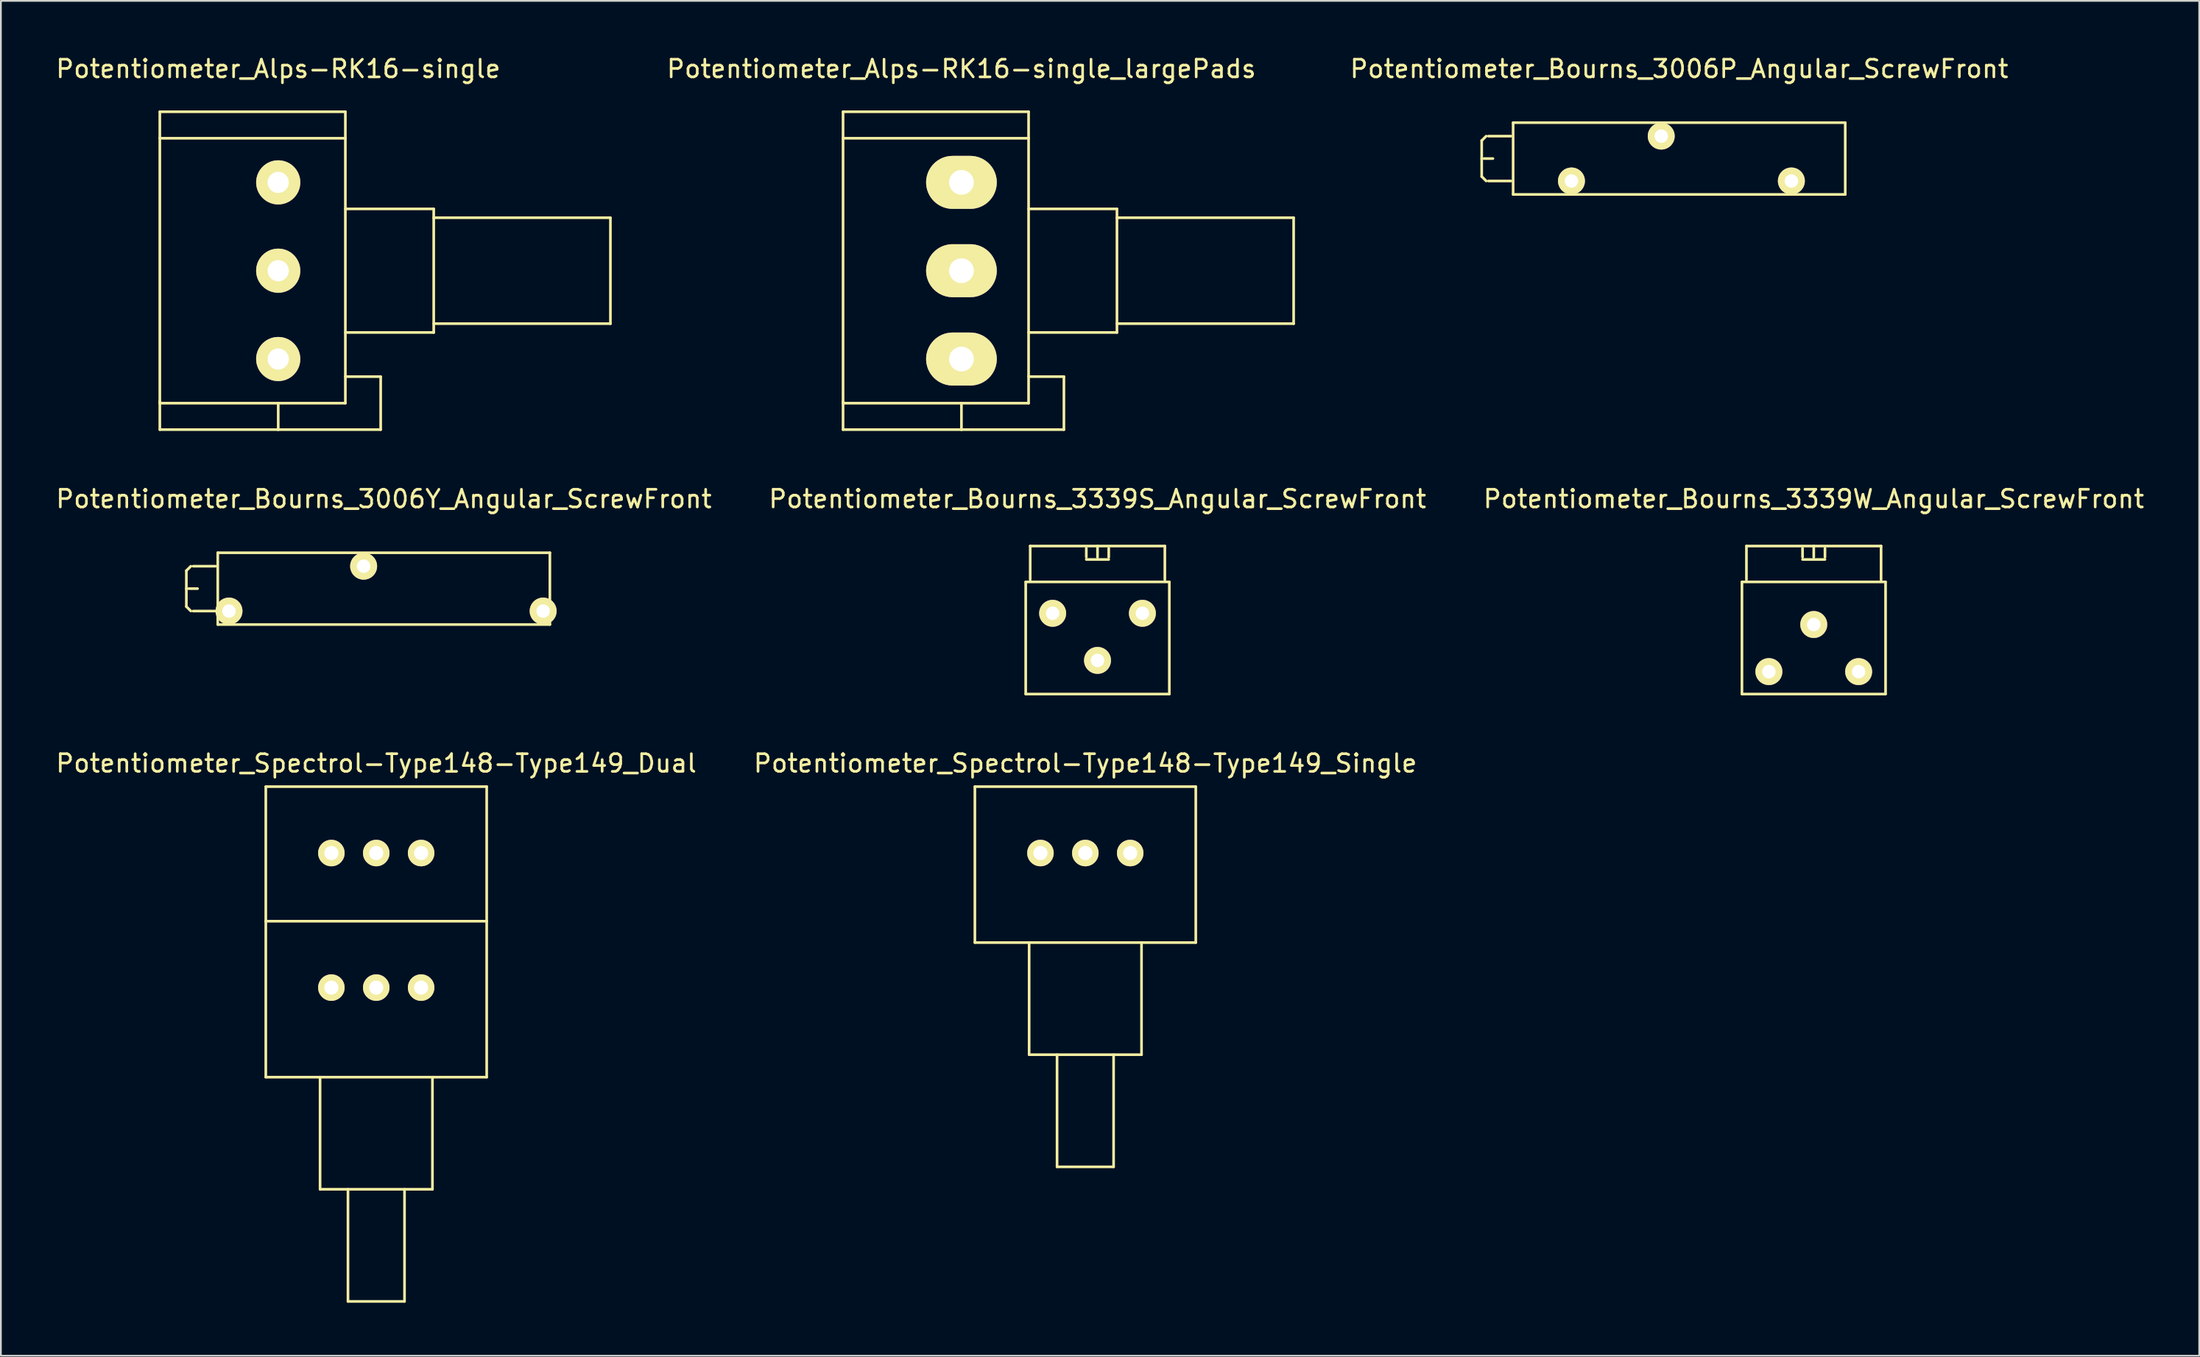
<source format=kicad_pcb>
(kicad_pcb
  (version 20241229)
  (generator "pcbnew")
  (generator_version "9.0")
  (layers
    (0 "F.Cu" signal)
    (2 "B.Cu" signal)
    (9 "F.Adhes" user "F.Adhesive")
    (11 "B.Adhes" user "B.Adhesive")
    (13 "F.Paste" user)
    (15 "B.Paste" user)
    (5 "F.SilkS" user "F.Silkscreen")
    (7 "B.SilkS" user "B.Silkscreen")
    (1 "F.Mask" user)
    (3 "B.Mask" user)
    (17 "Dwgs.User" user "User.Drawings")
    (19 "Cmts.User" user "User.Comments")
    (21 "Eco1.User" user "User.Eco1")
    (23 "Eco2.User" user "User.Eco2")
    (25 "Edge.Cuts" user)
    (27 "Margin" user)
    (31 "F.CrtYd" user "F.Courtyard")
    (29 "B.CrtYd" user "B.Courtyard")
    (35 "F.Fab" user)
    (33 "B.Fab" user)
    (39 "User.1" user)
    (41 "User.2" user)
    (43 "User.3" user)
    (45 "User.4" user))
  (footprint "Potentiometer_Alps-RK16-single"
    (layer "F.Cu")
    (at 12.696 7.277)
    (property "Reference" "Potentiometer_Alps-RK16-single" (at 0 -6.429 0) (layer "F.SilkS") (effects (font (size 1 1) (thickness 0.15))))
    (attr through_hole)
    (fp_line (start -6.701 -3.998) (end -6.701 -2.499) (stroke (width 0.15) (type solid)) (layer "F.SilkS"))
    (fp_line (start -6.701 -2.499) (end -6.701 12.502) (stroke (width 0.15) (type solid)) (layer "F.SilkS"))
    (fp_line (start -6.701 12.502) (end 3.8 12.502) (stroke (width 0.15) (type solid)) (layer "F.SilkS"))
    (fp_line (start -6.701 14) (end -6.701 12.4) (stroke (width 0.15) (type solid)) (layer "F.SilkS"))
    (fp_line (start 0 14) (end -6.701 14) (stroke (width 0.15) (type solid)) (layer "F.SilkS"))
    (fp_line (start 0 14) (end 0 12.502) (stroke (width 0.15) (type solid)) (layer "F.SilkS"))
    (fp_line (start 3.8 -3.998) (end -6.701 -3.998) (stroke (width 0.15) (type solid)) (layer "F.SilkS"))
    (fp_line (start 3.8 -2.499) (end -6.701 -2.499) (stroke (width 0.15) (type solid)) (layer "F.SilkS"))
    (fp_line (start 3.8 -2.499) (end 3.8 -3.998) (stroke (width 0.15) (type solid)) (layer "F.SilkS"))
    (fp_line (start 3.8 1.501) (end 8.801 1.501) (stroke (width 0.15) (type solid)) (layer "F.SilkS"))
    (fp_line (start 3.8 11.001) (end 5.799 11.001) (stroke (width 0.15) (type solid)) (layer "F.SilkS"))
    (fp_line (start 3.8 12.502) (end 3.8 -2.499) (stroke (width 0.15) (type solid)) (layer "F.SilkS"))
    (fp_line (start 5.799 11.001) (end 5.799 14) (stroke (width 0.15) (type solid)) (layer "F.SilkS"))
    (fp_line (start 5.799 14) (end 0 14) (stroke (width 0.15) (type solid)) (layer "F.SilkS"))
    (fp_line (start 8.801 1.501) (end 8.801 8.501) (stroke (width 0.15) (type solid)) (layer "F.SilkS"))
    (fp_line (start 8.801 2.002) (end 18.801 2.002) (stroke (width 0.15) (type solid)) (layer "F.SilkS"))
    (fp_line (start 8.801 8.501) (end 3.8 8.501) (stroke (width 0.15) (type solid)) (layer "F.SilkS"))
    (fp_line (start 18.801 2.002) (end 18.801 8.001) (stroke (width 0.15) (type solid)) (layer "F.SilkS"))
    (fp_line (start 18.801 8.001) (end 8.801 8.001) (stroke (width 0.15) (type solid)) (layer "F.SilkS"))
    (pad "1" thru_hole circle (at 0 0) (size 2.499 2.499) (drill 1.199) (layers "*.Cu" "*.Mask" "F.SilkS"))
    (pad "2" thru_hole circle (at 0 5.001) (size 2.499 2.499) (drill 1.199) (layers "*.Cu" "*.Mask" "F.SilkS"))
    (pad "3" thru_hole circle (at 0 10.003) (size 2.499 2.499) (drill 1.199) (layers "*.Cu" "*.Mask" "F.SilkS")))
  (footprint "Potentiometer_Bourns_3006Y_Angular_ScrewFront"
    (layer "F.Cu")
    (at 27.69 31.551)
    (property "Reference" "Potentiometer_Bourns_3006Y_Angular_ScrewFront" (at -9.017 -6.35 0) (layer "F.SilkS") (effects (font (size 1 1) (thickness 0.15))))
    (attr through_hole)
    (fp_line (start -20.193 -2.286) (end -20.193 -1.27) (stroke (width 0.15) (type solid)) (layer "F.SilkS"))
    (fp_line (start -20.193 -1.27) (end -20.193 -0.254) (stroke (width 0.15) (type solid)) (layer "F.SilkS"))
    (fp_line (start -20.193 -0.254) (end -19.939 0) (stroke (width 0.15) (type solid)) (layer "F.SilkS"))
    (fp_line (start -20.066 -1.27) (end -19.558 -1.27) (stroke (width 0.15) (type solid)) (layer "F.SilkS"))
    (fp_line (start -19.939 -2.54) (end -20.193 -2.286) (stroke (width 0.15) (type solid)) (layer "F.SilkS"))
    (fp_line (start -18.542 -2.54) (end -19.812 -2.54) (stroke (width 0.15) (type solid)) (layer "F.SilkS"))
    (fp_line (start -18.542 0) (end -19.812 0) (stroke (width 0.15) (type solid)) (layer "F.SilkS"))
    (fp_line (start -18.415 0.762) (end -18.415 -3.302) (stroke (width 0.15) (type solid)) (layer "F.SilkS"))
    (fp_line (start -18.415 0.762) (end 0.381 0.762) (stroke (width 0.15) (type solid)) (layer "F.SilkS"))
    (fp_line (start 0.381 -3.302) (end -18.415 -3.302) (stroke (width 0.15) (type solid)) (layer "F.SilkS"))
    (fp_line (start 0.381 0.762) (end 0.381 -3.302) (stroke (width 0.15) (type solid)) (layer "F.SilkS"))
    (pad "1" thru_hole circle (at 0 0) (size 1.524 1.524) (drill 0.762) (layers "*.Cu" "*.Mask" "F.SilkS"))
    (pad "2" thru_hole circle (at -10.16 -2.54) (size 1.524 1.524) (drill 0.762) (layers "*.Cu" "*.Mask" "F.SilkS"))
    (pad "3" thru_hole circle (at -17.78 0) (size 1.524 1.524) (drill 0.762) (layers "*.Cu" "*.Mask" "F.SilkS")))
  (footprint "Potentiometer_Alps-RK16-single_largePads"
    (layer "F.Cu")
    (at 51.364 7.277)
    (property "Reference" "Potentiometer_Alps-RK16-single_largePads" (at 0 -6.429 0) (layer "F.SilkS") (effects (font (size 1 1) (thickness 0.15))))
    (attr through_hole)
    (fp_line (start -6.701 -3.998) (end -6.701 -2.499) (stroke (width 0.15) (type solid)) (layer "F.SilkS"))
    (fp_line (start -6.701 -2.499) (end -6.701 12.502) (stroke (width 0.15) (type solid)) (layer "F.SilkS"))
    (fp_line (start -6.701 12.502) (end 3.8 12.502) (stroke (width 0.15) (type solid)) (layer "F.SilkS"))
    (fp_line (start -6.701 14) (end -6.701 12.4) (stroke (width 0.15) (type solid)) (layer "F.SilkS"))
    (fp_line (start 0 14) (end -6.701 14) (stroke (width 0.15) (type solid)) (layer "F.SilkS"))
    (fp_line (start 0 14) (end 0 12.502) (stroke (width 0.15) (type solid)) (layer "F.SilkS"))
    (fp_line (start 3.8 -3.998) (end -6.701 -3.998) (stroke (width 0.15) (type solid)) (layer "F.SilkS"))
    (fp_line (start 3.8 -2.499) (end -6.701 -2.499) (stroke (width 0.15) (type solid)) (layer "F.SilkS"))
    (fp_line (start 3.8 -2.499) (end 3.8 -3.998) (stroke (width 0.15) (type solid)) (layer "F.SilkS"))
    (fp_line (start 3.8 1.501) (end 8.801 1.501) (stroke (width 0.15) (type solid)) (layer "F.SilkS"))
    (fp_line (start 3.8 11.001) (end 5.799 11.001) (stroke (width 0.15) (type solid)) (layer "F.SilkS"))
    (fp_line (start 3.8 12.502) (end 3.8 -2.499) (stroke (width 0.15) (type solid)) (layer "F.SilkS"))
    (fp_line (start 5.799 11.001) (end 5.799 14) (stroke (width 0.15) (type solid)) (layer "F.SilkS"))
    (fp_line (start 5.799 14) (end 0 14) (stroke (width 0.15) (type solid)) (layer "F.SilkS"))
    (fp_line (start 8.801 1.501) (end 8.801 8.501) (stroke (width 0.15) (type solid)) (layer "F.SilkS"))
    (fp_line (start 8.801 2.002) (end 18.801 2.002) (stroke (width 0.15) (type solid)) (layer "F.SilkS"))
    (fp_line (start 8.801 8.501) (end 3.8 8.501) (stroke (width 0.15) (type solid)) (layer "F.SilkS"))
    (fp_line (start 18.801 2.002) (end 18.801 8.001) (stroke (width 0.15) (type solid)) (layer "F.SilkS"))
    (fp_line (start 18.801 8.001) (end 8.801 8.001) (stroke (width 0.15) (type solid)) (layer "F.SilkS"))
    (pad "1" thru_hole oval (at 0 0) (size 4 3) (drill 1.4) (layers "*.Cu" "*.Mask" "F.SilkS"))
    (pad "2" thru_hole oval (at 0 5.001) (size 4 3) (drill 1.4) (layers "*.Cu" "*.Mask" "F.SilkS"))
    (pad "3" thru_hole oval (at 0 10.003) (size 4 3) (drill 1.4) (layers "*.Cu" "*.Mask" "F.SilkS")))
  (footprint "Potentiometer_Bourns_3339W_Angular_ScrewFront"
    (layer "F.Cu")
    (at 102.141 34.98)
    (property "Reference" "Potentiometer_Bourns_3339W_Angular_ScrewFront" (at -2.54 -9.779 0) (layer "F.SilkS") (effects (font (size 1 1) (thickness 0.15))))
    (attr through_hole)
    (fp_line (start -6.604 -5.08) (end -6.604 1.27) (stroke (width 0.15) (type solid)) (layer "F.SilkS"))
    (fp_line (start -6.604 -5.08) (end 1.524 -5.08) (stroke (width 0.15) (type solid)) (layer "F.SilkS"))
    (fp_line (start -6.604 1.27) (end 1.524 1.27) (stroke (width 0.15) (type solid)) (layer "F.SilkS"))
    (fp_line (start -6.35 -7.112) (end -6.35 -5.207) (stroke (width 0.15) (type solid)) (layer "F.SilkS"))
    (fp_line (start -6.35 -7.112) (end 1.27 -7.112) (stroke (width 0.15) (type solid)) (layer "F.SilkS"))
    (fp_line (start -3.175 -6.477) (end -3.175 -6.985) (stroke (width 0.15) (type solid)) (layer "F.SilkS"))
    (fp_line (start -2.54 -7.112) (end -2.54 -6.477) (stroke (width 0.15) (type solid)) (layer "F.SilkS"))
    (fp_line (start -2.54 -6.35) (end -3.175 -6.35) (stroke (width 0.15) (type solid)) (layer "F.SilkS"))
    (fp_line (start -2.54 -6.35) (end -1.905 -6.35) (stroke (width 0.15) (type solid)) (layer "F.SilkS"))
    (fp_line (start -1.905 -6.477) (end -1.905 -6.985) (stroke (width 0.15) (type solid)) (layer "F.SilkS"))
    (fp_line (start 1.27 -7.112) (end 1.27 -5.207) (stroke (width 0.15) (type solid)) (layer "F.SilkS"))
    (fp_line (start 1.524 -5.08) (end 1.524 1.27) (stroke (width 0.15) (type solid)) (layer "F.SilkS"))
    (pad "1" thru_hole circle (at 0 0) (size 1.524 1.524) (drill 0.762) (layers "*.Cu" "*.Mask" "F.SilkS"))
    (pad "2" thru_hole circle (at -2.54 -2.667) (size 1.524 1.524) (drill 0.762) (layers "*.Cu" "*.Mask" "F.SilkS"))
    (pad "3" thru_hole circle (at -5.08 0) (size 1.524 1.524) (drill 0.762) (layers "*.Cu" "*.Mask" "F.SilkS")))
  (footprint "Potentiometer_Spectrol-Type148-Type149_Dual"
    (layer "F.Cu")
    (at 15.704 52.873)
    (property "Reference" "Potentiometer_Spectrol-Type148-Type149_Dual" (at 2.54 -12.7 0) (layer "F.SilkS") (effects (font (size 1 1) (thickness 0.15))))
    (attr through_hole)
    (fp_line (start -3.711 -11.379) (end -3.711 -3.759) (stroke (width 0.15) (type solid)) (layer "F.SilkS"))
    (fp_line (start -3.711 -3.759) (end 8.791 -3.759) (stroke (width 0.15) (type solid)) (layer "F.SilkS"))
    (fp_line (start -3.711 5.07) (end -3.711 -3.759) (stroke (width 0.15) (type solid)) (layer "F.SilkS"))
    (fp_line (start -0.64 11.42) (end -0.64 5.07) (stroke (width 0.15) (type solid)) (layer "F.SilkS"))
    (fp_line (start -0.64 11.42) (end 5.72 11.42) (stroke (width 0.15) (type solid)) (layer "F.SilkS"))
    (fp_line (start 0.94 17.77) (end 0.94 11.42) (stroke (width 0.15) (type solid)) (layer "F.SilkS"))
    (fp_line (start 4.14 11.42) (end 4.14 17.77) (stroke (width 0.15) (type solid)) (layer "F.SilkS"))
    (fp_line (start 4.14 17.77) (end 0.94 17.77) (stroke (width 0.15) (type solid)) (layer "F.SilkS"))
    (fp_line (start 5.72 5.07) (end 5.72 11.42) (stroke (width 0.15) (type solid)) (layer "F.SilkS"))
    (fp_line (start 8.791 -11.379) (end -3.711 -11.379) (stroke (width 0.15) (type solid)) (layer "F.SilkS"))
    (fp_line (start 8.791 -3.759) (end 8.791 -11.379) (stroke (width 0.15) (type solid)) (layer "F.SilkS"))
    (fp_line (start 8.791 -3.759) (end 8.791 5.07) (stroke (width 0.15) (type solid)) (layer "F.SilkS"))
    (fp_line (start 8.791 5.07) (end -3.711 5.07) (stroke (width 0.15) (type solid)) (layer "F.SilkS"))
    (pad "11" thru_hole circle (at 0 0) (size 1.501 1.501) (drill 0.8) (layers "*.Cu" "*.Mask" "F.SilkS"))
    (pad "12" thru_hole circle (at 2.54 0) (size 1.501 1.501) (drill 0.8) (layers "*.Cu" "*.Mask" "F.SilkS"))
    (pad "13" thru_hole circle (at 5.08 0) (size 1.501 1.501) (drill 0.8) (layers "*.Cu" "*.Mask" "F.SilkS"))
    (pad "21" thru_hole circle (at 0 -7.62) (size 1.501 1.501) (drill 0.8) (layers "*.Cu" "*.Mask" "F.SilkS"))
    (pad "22" thru_hole circle (at 2.54 -7.62) (size 1.501 1.501) (drill 0.8) (layers "*.Cu" "*.Mask" "F.SilkS"))
    (pad "23" thru_hole circle (at 5.08 -7.62) (size 1.501 1.501) (drill 0.8) (layers "*.Cu" "*.Mask" "F.SilkS")))
  (footprint "Potentiometer_Bourns_3006P_Angular_ScrewFront"
    (layer "F.Cu")
    (at 98.334 7.198)
    (property "Reference" "Potentiometer_Bourns_3006P_Angular_ScrewFront" (at -6.35 -6.35 0) (layer "F.SilkS") (effects (font (size 1 1) (thickness 0.15))))
    (attr through_hole)
    (fp_line (start -17.526 -2.286) (end -17.526 -1.27) (stroke (width 0.15) (type solid)) (layer "F.SilkS"))
    (fp_line (start -17.526 -1.27) (end -17.526 -0.254) (stroke (width 0.15) (type solid)) (layer "F.SilkS"))
    (fp_line (start -17.526 -0.254) (end -17.272 0) (stroke (width 0.15) (type solid)) (layer "F.SilkS"))
    (fp_line (start -17.399 -1.27) (end -16.891 -1.27) (stroke (width 0.15) (type solid)) (layer "F.SilkS"))
    (fp_line (start -17.272 -2.54) (end -17.526 -2.286) (stroke (width 0.15) (type solid)) (layer "F.SilkS"))
    (fp_line (start -15.875 -2.54) (end -17.145 -2.54) (stroke (width 0.15) (type solid)) (layer "F.SilkS"))
    (fp_line (start -15.875 0) (end -17.145 0) (stroke (width 0.15) (type solid)) (layer "F.SilkS"))
    (fp_line (start -15.748 0.762) (end -15.748 -3.302) (stroke (width 0.15) (type solid)) (layer "F.SilkS"))
    (fp_line (start -15.748 0.762) (end 3.048 0.762) (stroke (width 0.15) (type solid)) (layer "F.SilkS"))
    (fp_line (start 3.048 -3.302) (end -15.748 -3.302) (stroke (width 0.15) (type solid)) (layer "F.SilkS"))
    (fp_line (start 3.048 0.762) (end 3.048 -3.302) (stroke (width 0.15) (type solid)) (layer "F.SilkS"))
    (pad "1" thru_hole circle (at 0 0) (size 1.524 1.524) (drill 0.762) (layers "*.Cu" "*.Mask" "F.SilkS"))
    (pad "2" thru_hole circle (at -7.366 -2.54) (size 1.524 1.524) (drill 0.762) (layers "*.Cu" "*.Mask" "F.SilkS"))
    (pad "3" thru_hole circle (at -12.446 0) (size 1.524 1.524) (drill 0.762) (layers "*.Cu" "*.Mask" "F.SilkS")))
  (footprint "Potentiometer_Spectrol-Type148-Type149_Single"
    (layer "F.Cu")
    (at 55.835 45.253)
    (property "Reference" "Potentiometer_Spectrol-Type148-Type149_Single" (at 2.54 -5.08 0) (layer "F.SilkS") (effects (font (size 1 1) (thickness 0.15))))
    (attr through_hole)
    (fp_line (start -3.711 -3.759) (end 8.791 -3.759) (stroke (width 0.15) (type solid)) (layer "F.SilkS"))
    (fp_line (start -3.711 5.07) (end -3.711 -3.759) (stroke (width 0.15) (type solid)) (layer "F.SilkS"))
    (fp_line (start -0.64 11.42) (end -0.64 5.07) (stroke (width 0.15) (type solid)) (layer "F.SilkS"))
    (fp_line (start -0.64 11.42) (end 5.72 11.42) (stroke (width 0.15) (type solid)) (layer "F.SilkS"))
    (fp_line (start 0.94 17.77) (end 0.94 11.42) (stroke (width 0.15) (type solid)) (layer "F.SilkS"))
    (fp_line (start 4.14 11.42) (end 4.14 17.77) (stroke (width 0.15) (type solid)) (layer "F.SilkS"))
    (fp_line (start 4.14 17.77) (end 0.94 17.77) (stroke (width 0.15) (type solid)) (layer "F.SilkS"))
    (fp_line (start 5.72 5.07) (end 5.72 11.42) (stroke (width 0.15) (type solid)) (layer "F.SilkS"))
    (fp_line (start 8.791 -3.759) (end 8.791 5.07) (stroke (width 0.15) (type solid)) (layer "F.SilkS"))
    (fp_line (start 8.791 5.07) (end -3.711 5.07) (stroke (width 0.15) (type solid)) (layer "F.SilkS"))
    (pad "1" thru_hole circle (at 0 0) (size 1.501 1.501) (drill 0.8) (layers "*.Cu" "*.Mask" "F.SilkS"))
    (pad "2" thru_hole circle (at 2.54 0) (size 1.501 1.501) (drill 0.8) (layers "*.Cu" "*.Mask" "F.SilkS"))
    (pad "3" thru_hole circle (at 5.08 0) (size 1.501 1.501) (drill 0.8) (layers "*.Cu" "*.Mask" "F.SilkS")))
  (footprint "Potentiometer_Bourns_3339S_Angular_ScrewFront"
    (layer "F.Cu")
    (at 61.605 31.678)
    (property "Reference" "Potentiometer_Bourns_3339S_Angular_ScrewFront" (at -2.54 -6.477 0) (layer "F.SilkS") (effects (font (size 1 1) (thickness 0.15))))
    (attr through_hole)
    (fp_line (start -6.604 -1.778) (end -6.604 4.572) (stroke (width 0.15) (type solid)) (layer "F.SilkS"))
    (fp_line (start -6.604 -1.778) (end 1.524 -1.778) (stroke (width 0.15) (type solid)) (layer "F.SilkS"))
    (fp_line (start -6.604 4.572) (end 1.524 4.572) (stroke (width 0.15) (type solid)) (layer "F.SilkS"))
    (fp_line (start -6.35 -3.81) (end -6.35 -1.905) (stroke (width 0.15) (type solid)) (layer "F.SilkS"))
    (fp_line (start -6.35 -3.81) (end 1.27 -3.81) (stroke (width 0.15) (type solid)) (layer "F.SilkS"))
    (fp_line (start -3.175 -3.175) (end -3.175 -3.683) (stroke (width 0.15) (type solid)) (layer "F.SilkS"))
    (fp_line (start -2.54 -3.81) (end -2.54 -3.175) (stroke (width 0.15) (type solid)) (layer "F.SilkS"))
    (fp_line (start -2.54 -3.048) (end -3.175 -3.048) (stroke (width 0.15) (type solid)) (layer "F.SilkS"))
    (fp_line (start -2.54 -3.048) (end -1.905 -3.048) (stroke (width 0.15) (type solid)) (layer "F.SilkS"))
    (fp_line (start -1.905 -3.175) (end -1.905 -3.683) (stroke (width 0.15) (type solid)) (layer "F.SilkS"))
    (fp_line (start 1.27 -3.81) (end 1.27 -1.905) (stroke (width 0.15) (type solid)) (layer "F.SilkS"))
    (fp_line (start 1.524 -1.778) (end 1.524 4.572) (stroke (width 0.15) (type solid)) (layer "F.SilkS"))
    (pad "1" thru_hole circle (at 0 0) (size 1.524 1.524) (drill 0.762) (layers "*.Cu" "*.Mask" "F.SilkS"))
    (pad "2" thru_hole circle (at -2.54 2.667) (size 1.524 1.524) (drill 0.762) (layers "*.Cu" "*.Mask" "F.SilkS"))
    (pad "3" thru_hole circle (at -5.08 0) (size 1.524 1.524) (drill 0.762) (layers "*.Cu" "*.Mask" "F.SilkS")))
  (gr_rect
    (start -3 -3)
    (end 121.417 73.718)
    (stroke (width 0.1) (type default))
    (fill no)
    (layer "Edge.Cuts")))
</source>
